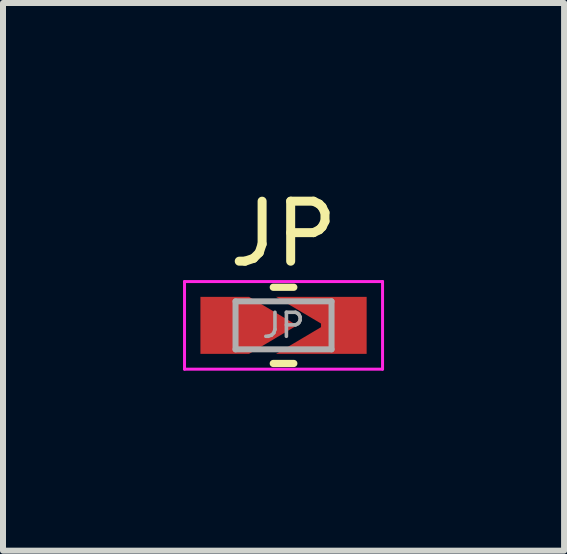
<source format=kicad_pcb>
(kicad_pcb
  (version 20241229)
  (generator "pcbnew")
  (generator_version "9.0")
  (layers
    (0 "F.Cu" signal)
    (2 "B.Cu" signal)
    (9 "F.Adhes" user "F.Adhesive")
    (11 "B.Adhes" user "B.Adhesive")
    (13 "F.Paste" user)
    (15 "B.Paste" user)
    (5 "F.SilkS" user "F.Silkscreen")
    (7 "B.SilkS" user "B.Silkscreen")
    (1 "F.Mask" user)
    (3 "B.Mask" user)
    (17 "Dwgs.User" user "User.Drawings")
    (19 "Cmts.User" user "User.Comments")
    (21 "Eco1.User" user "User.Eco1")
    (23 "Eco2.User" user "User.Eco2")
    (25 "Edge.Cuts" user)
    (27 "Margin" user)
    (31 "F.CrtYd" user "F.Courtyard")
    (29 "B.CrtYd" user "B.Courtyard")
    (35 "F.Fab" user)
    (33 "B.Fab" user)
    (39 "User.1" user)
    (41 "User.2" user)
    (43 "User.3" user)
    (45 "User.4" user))
  (footprint "JP"
    (layer "F.Cu")
    (at 1.675 2.372)
    (property "Reference" "JP" (at 0 -1.524 0) (layer "F.SilkS") (effects (font (size 1 1) (thickness 0.15))))
    (attr through_hole)
    (fp_line (start -0.171 -0.635) (end 0.171 -0.635) (stroke (width 0.12) (type solid)) (layer "F.SilkS"))
    (fp_line (start -0.171 0.635) (end 0.171 0.635) (stroke (width 0.12) (type solid)) (layer "F.SilkS"))
    (fp_line (start -1.65 -0.73) (end 1.65 -0.73) (stroke (width 0.05) (type solid)) (layer "F.CrtYd"))
    (fp_line (start -1.65 0.73) (end -1.65 -0.73) (stroke (width 0.05) (type solid)) (layer "F.CrtYd"))
    (fp_line (start 1.65 -0.73) (end 1.65 0.73) (stroke (width 0.05) (type solid)) (layer "F.CrtYd"))
    (fp_line (start 1.65 0.73) (end -1.65 0.73) (stroke (width 0.05) (type solid)) (layer "F.CrtYd"))
    (fp_line (start -0.8 -0.4) (end 0.8 -0.4) (stroke (width 0.1) (type solid)) (layer "F.Fab"))
    (fp_line (start -0.8 0.4) (end -0.8 -0.4) (stroke (width 0.1) (type solid)) (layer "F.Fab"))
    (fp_line (start 0.8 -0.4) (end 0.8 0.4) (stroke (width 0.1) (type solid)) (layer "F.Fab"))
    (fp_line (start 0.8 0.4) (end -0.8 0.4) (stroke (width 0.1) (type solid)) (layer "F.Fab"))
    (fp_text user "${REFERENCE}" (at 0 0 0) (layer "F.Fab") (effects (font (size 0.4 0.4) (thickness 0.06))))
    (pad "1" smd custom (at -0.875 0) (size 0.5 0.5) (layers "F.Cu" "F.Mask" "F.Paste") (options (anchor rect)) (primitives (gr_poly (pts (xy -0.51 -0.475) (xy 0.3 -0.475) (xy 1.1 0) (xy 0.3 0.475) (xy -0.51 0.475)) (width 0) (fill yes))))
    (pad "2" smd custom (at 0.875 0 180) (size 0.5 0.5) (layers "F.Cu" "F.Mask" "F.Paste") (options (anchor rect)) (primitives (gr_poly (pts (xy -0.51 -0.475) (xy 1 -0.475) (xy 0.2 0) (xy 1 0.475) (xy -0.51 0.475)) (width 0) (fill yes)))))
  (gr_rect
    (start -3 -3)
    (end 6.35 6.127)
    (stroke (width 0.1) (type default))
    (fill no)
    (layer "Edge.Cuts")))
</source>
